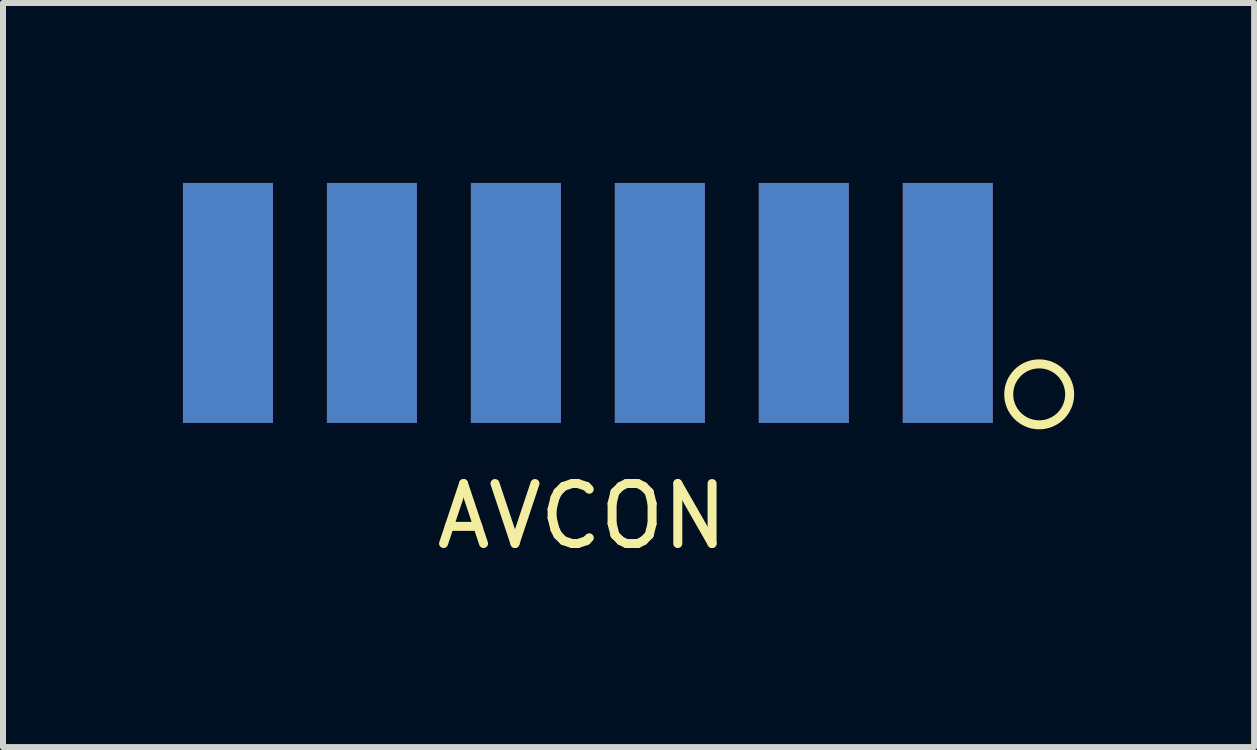
<source format=kicad_pcb>
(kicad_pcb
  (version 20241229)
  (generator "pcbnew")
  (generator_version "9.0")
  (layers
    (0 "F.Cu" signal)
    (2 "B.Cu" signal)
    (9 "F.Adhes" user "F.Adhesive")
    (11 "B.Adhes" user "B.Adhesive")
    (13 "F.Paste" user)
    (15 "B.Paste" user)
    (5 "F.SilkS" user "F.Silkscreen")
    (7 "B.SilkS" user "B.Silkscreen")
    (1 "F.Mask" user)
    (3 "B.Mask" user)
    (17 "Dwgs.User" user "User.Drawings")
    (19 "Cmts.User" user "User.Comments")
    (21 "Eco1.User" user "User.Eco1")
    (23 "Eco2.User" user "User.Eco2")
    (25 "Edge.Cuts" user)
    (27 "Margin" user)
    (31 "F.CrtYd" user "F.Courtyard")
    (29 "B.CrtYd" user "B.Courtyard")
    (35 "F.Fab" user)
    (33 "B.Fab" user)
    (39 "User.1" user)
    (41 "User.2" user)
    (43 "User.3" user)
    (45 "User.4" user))
  (footprint "AVCON"
    (layer "F.Cu")
    (at 6.654 2)
    (property "Reference" "AVCON" (at 0 3.556 0) (layer "F.SilkS") (effects (font (size 1 1) (thickness 0.15))))
    (attr through_hole)
    (fp_circle (center 7.62 1.524) (end 8.128 1.524) (stroke (width 0.15) (type solid)) (fill no) (layer "F.SilkS"))
    (pad "1" connect rect (at 6.096 0) (size 1.5 4) (layers "F.Cu" "F.Mask"))
    (pad "2" connect rect (at 6.096 0) (size 1.5 4) (layers "B.Cu" "B.Mask"))
    (pad "3" connect rect (at 3.696 0) (size 1.5 4) (layers "F.Cu" "F.Mask"))
    (pad "4" connect rect (at 3.696 0) (size 1.5 4) (layers "B.Cu" "B.Mask"))
    (pad "5" connect rect (at 1.296 0) (size 1.5 4) (layers "F.Cu" "F.Mask"))
    (pad "6" connect rect (at 1.296 0) (size 1.5 4) (layers "B.Cu" "B.Mask"))
    (pad "7" connect rect (at -1.104 0) (size 1.5 4) (layers "F.Cu" "F.Mask"))
    (pad "8" connect rect (at -1.104 0) (size 1.5 4) (layers "B.Cu" "B.Mask"))
    (pad "9" connect rect (at -3.504 0) (size 1.5 4) (layers "F.Cu" "F.Mask"))
    (pad "10" connect rect (at -3.504 0) (size 1.5 4) (layers "B.Cu" "B.Mask"))
    (pad "11" connect rect (at -5.904 0) (size 1.5 4) (layers "F.Cu" "F.Mask"))
    (pad "12" connect rect (at -5.904 0) (size 1.5 4) (layers "B.Cu" "B.Mask")))
  (gr_rect
    (start -3 -3)
    (end 17.857 9.404)
    (stroke (width 0.1) (type default))
    (fill no)
    (layer "Edge.Cuts")))
</source>
